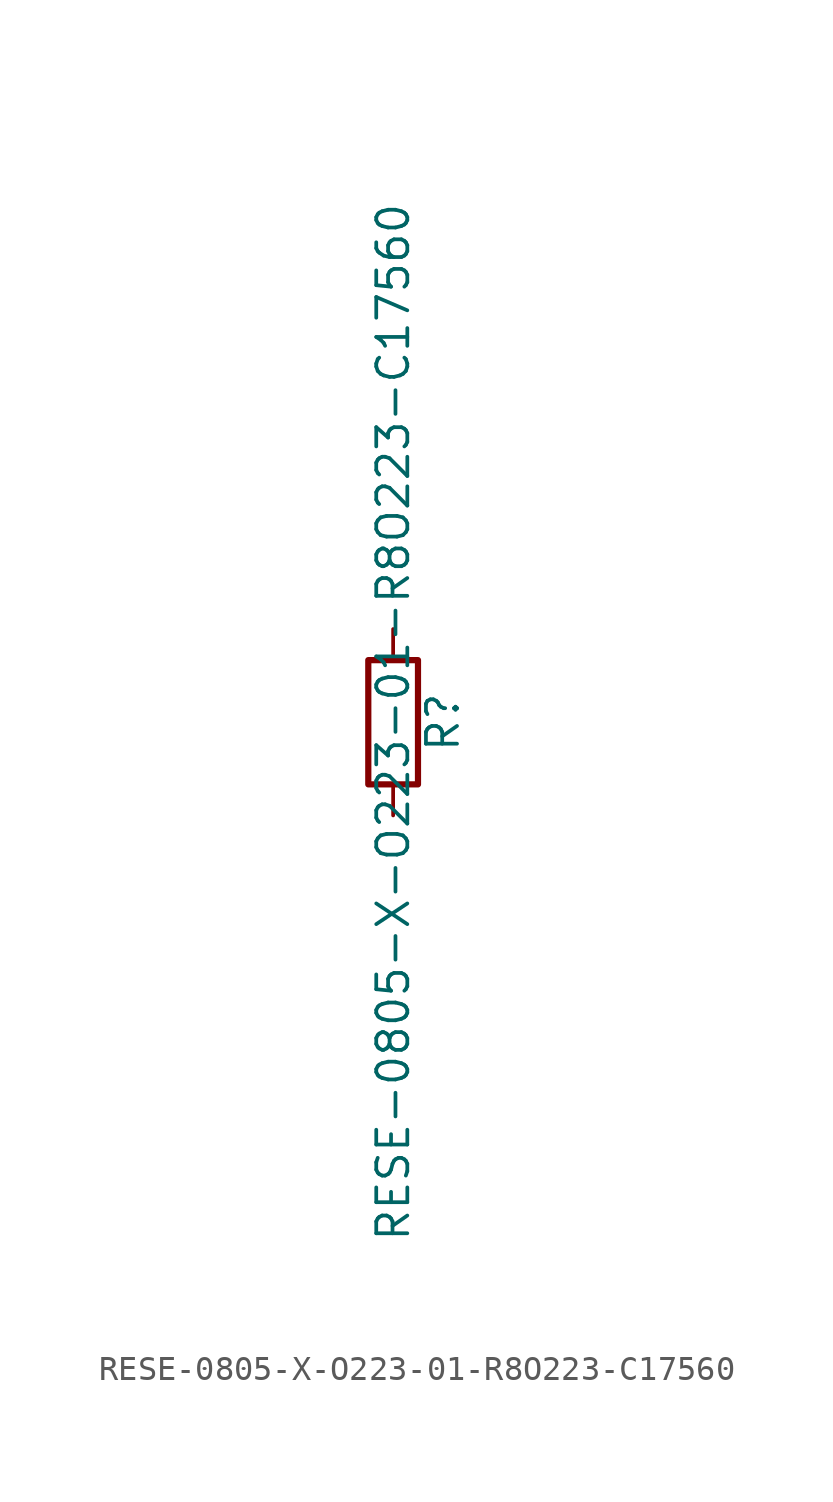
<source format=kicad_sym>
(kicad_symbol_lib
  (version 20211014)
  (generator kicad_symbol_editor)
  (symbol "RESE-0805-X-O223-01-R8O223-C17560"
    (pin_numbers hide)
    (pin_names
      (offset 0))
    (property "Reference" "R"
      (at 2.032 0 90)
      (effects (font (size 1.27 1.27))))
    (property "Value" "RESE-0805-X-O223-01-R8O223-C17560"
      (at 0 0 90)
      (effects (font (size 1.27 1.27))))
    (symbol "RESE-0805-X-O223-01-R8O223-C17560_0_1"
      (rectangle (start -1.016 -2.54) (end 1.016 2.54) (stroke (width 0.254) (type default) (color 0 0 0 0)) (fill (type none))))
    (symbol "RESE-0805-X-O223-01-R8O223-C17560_1_1"
      (pin passive line (at 0 3.81 270) (length 1.27) (name "~" (effects (font (size 1.27 1.27)))) (number "1" (effects (font (size 1.27 1.27)))))
      (pin passive line (at 0 -3.81 90) (length 1.27) (name "~" (effects (font (size 1.27 1.27)))) (number "2" (effects (font (size 1.27 1.27))))))))
</source>
